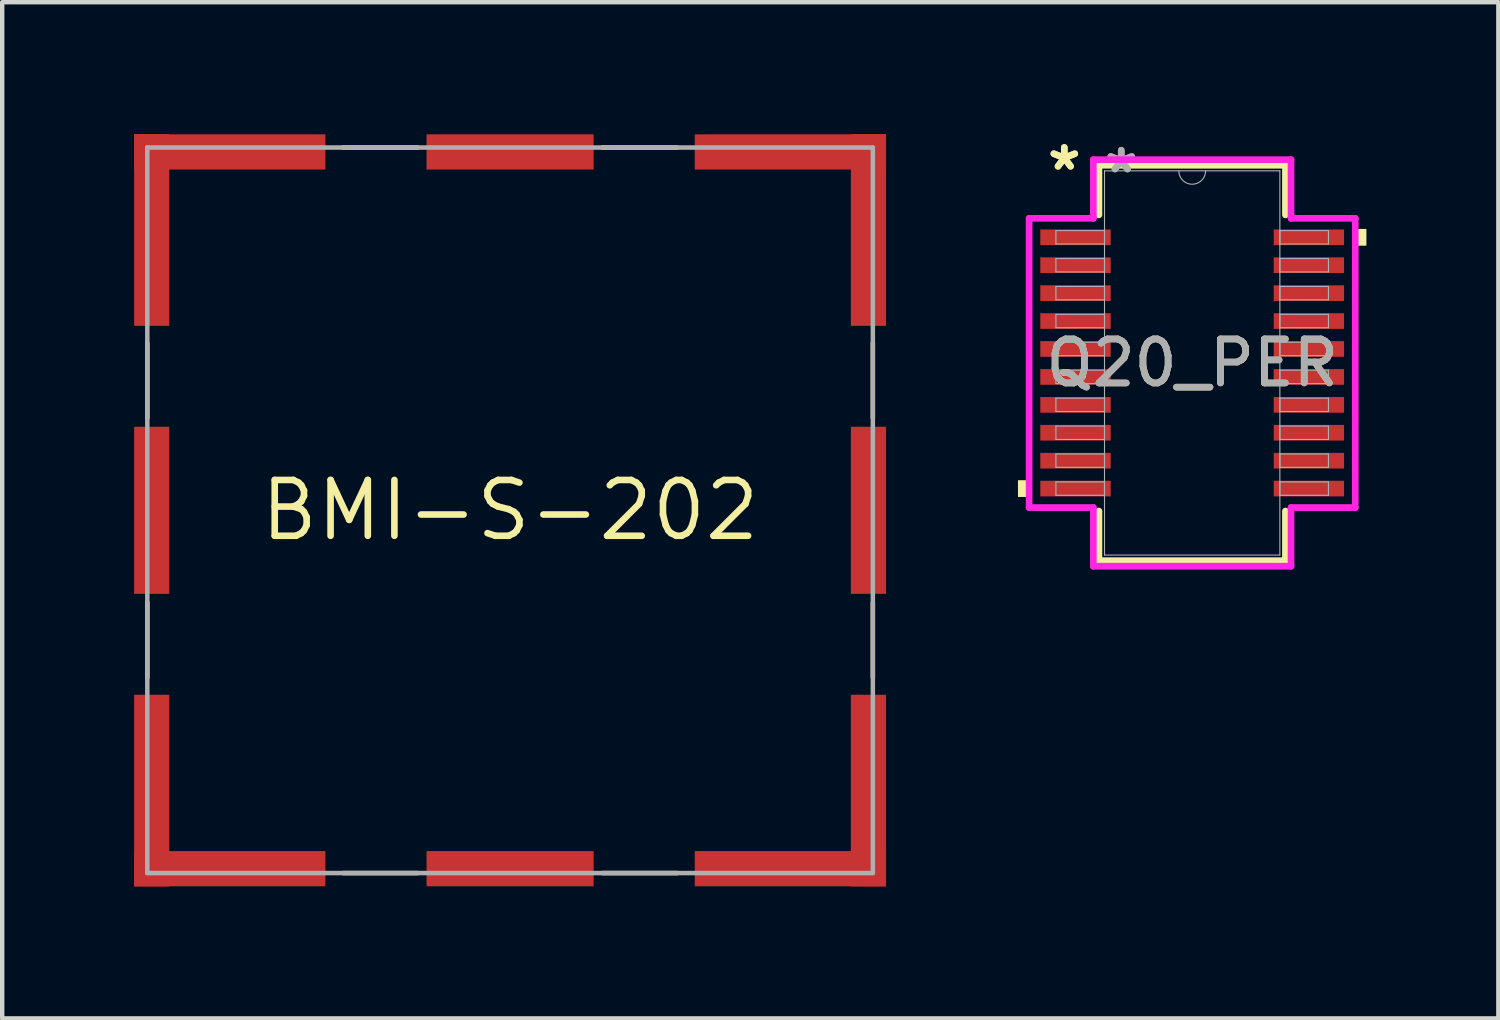
<source format=kicad_pcb>
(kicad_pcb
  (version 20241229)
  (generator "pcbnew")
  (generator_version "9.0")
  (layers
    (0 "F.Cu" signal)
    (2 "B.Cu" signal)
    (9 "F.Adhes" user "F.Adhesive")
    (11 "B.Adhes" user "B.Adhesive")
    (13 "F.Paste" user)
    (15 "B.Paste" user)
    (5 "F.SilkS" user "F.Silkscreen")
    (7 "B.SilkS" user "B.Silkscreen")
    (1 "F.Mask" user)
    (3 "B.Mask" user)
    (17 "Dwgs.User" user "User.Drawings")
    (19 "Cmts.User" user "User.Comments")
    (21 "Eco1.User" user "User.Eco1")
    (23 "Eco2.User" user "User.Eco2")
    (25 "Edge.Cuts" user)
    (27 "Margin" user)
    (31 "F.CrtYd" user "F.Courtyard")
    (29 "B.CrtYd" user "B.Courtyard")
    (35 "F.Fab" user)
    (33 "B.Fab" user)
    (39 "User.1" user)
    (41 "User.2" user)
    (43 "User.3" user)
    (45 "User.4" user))
  (footprint "Q20_PER"
    (layer "F.Cu")
    (at 24.062 5.204)
    (property "Reference" "Q20_PER" (at 0 0 0) (unlocked yes) (layer "F.SilkS") (effects (font (size 1 1) (thickness 0.15))))
    (attr smd)
    (fp_line (start -2.121 -4.496) (end -2.121 -3.368) (stroke (width 0.152) (type solid)) (layer "F.SilkS"))
    (fp_line (start -2.121 3.368) (end -2.121 4.496) (stroke (width 0.152) (type solid)) (layer "F.SilkS"))
    (fp_line (start -2.121 4.496) (end 2.121 4.496) (stroke (width 0.152) (type solid)) (layer "F.SilkS"))
    (fp_line (start 2.121 -4.496) (end -2.121 -4.496) (stroke (width 0.152) (type solid)) (layer "F.SilkS"))
    (fp_line (start 2.121 -3.368) (end 2.121 -4.496) (stroke (width 0.152) (type solid)) (layer "F.SilkS"))
    (fp_line (start 2.121 4.496) (end 2.121 3.368) (stroke (width 0.152) (type solid)) (layer "F.SilkS"))
    (fp_poly (pts (xy -3.962 2.667) (xy -3.962 3.048) (xy -3.708 3.048) (xy -3.708 2.667)) (stroke (width 0) (type solid)) (fill yes) (layer "F.SilkS"))
    (fp_poly (pts (xy 3.962 -3.048) (xy 3.962 -2.667) (xy 3.708 -2.667) (xy 3.708 -3.048)) (stroke (width 0) (type solid)) (fill yes) (layer "F.SilkS"))
    (fp_line (start -3.708 -3.289) (end -2.248 -3.289) (stroke (width 0.152) (type solid)) (layer "F.CrtYd"))
    (fp_line (start -3.708 3.289) (end -3.708 -3.289) (stroke (width 0.152) (type solid)) (layer "F.CrtYd"))
    (fp_line (start -3.708 3.289) (end -2.248 3.289) (stroke (width 0.152) (type solid)) (layer "F.CrtYd"))
    (fp_line (start -2.248 -4.623) (end 2.248 -4.623) (stroke (width 0.152) (type solid)) (layer "F.CrtYd"))
    (fp_line (start -2.248 -3.289) (end -2.248 -4.623) (stroke (width 0.152) (type solid)) (layer "F.CrtYd"))
    (fp_line (start -2.248 4.623) (end -2.248 3.289) (stroke (width 0.152) (type solid)) (layer "F.CrtYd"))
    (fp_line (start 2.248 -4.623) (end 2.248 -3.289) (stroke (width 0.152) (type solid)) (layer "F.CrtYd"))
    (fp_line (start 2.248 3.289) (end 2.248 4.623) (stroke (width 0.152) (type solid)) (layer "F.CrtYd"))
    (fp_line (start 2.248 4.623) (end -2.248 4.623) (stroke (width 0.152) (type solid)) (layer "F.CrtYd"))
    (fp_line (start 3.708 -3.289) (end 2.248 -3.289) (stroke (width 0.152) (type solid)) (layer "F.CrtYd"))
    (fp_line (start 3.708 -3.289) (end 3.708 3.289) (stroke (width 0.152) (type solid)) (layer "F.CrtYd"))
    (fp_line (start 3.708 3.289) (end 2.248 3.289) (stroke (width 0.152) (type solid)) (layer "F.CrtYd"))
    (fp_line (start -3.099 -3.01) (end -3.099 -2.705) (stroke (width 0.025) (type solid)) (layer "F.Fab"))
    (fp_line (start -3.099 -2.705) (end -1.994 -2.705) (stroke (width 0.025) (type solid)) (layer "F.Fab"))
    (fp_line (start -3.099 -2.375) (end -3.099 -2.07) (stroke (width 0.025) (type solid)) (layer "F.Fab"))
    (fp_line (start -3.099 -2.07) (end -1.994 -2.07) (stroke (width 0.025) (type solid)) (layer "F.Fab"))
    (fp_line (start -3.099 -1.74) (end -3.099 -1.435) (stroke (width 0.025) (type solid)) (layer "F.Fab"))
    (fp_line (start -3.099 -1.435) (end -1.994 -1.435) (stroke (width 0.025) (type solid)) (layer "F.Fab"))
    (fp_line (start -3.099 -1.105) (end -3.099 -0.8) (stroke (width 0.025) (type solid)) (layer "F.Fab"))
    (fp_line (start -3.099 -0.8) (end -1.994 -0.8) (stroke (width 0.025) (type solid)) (layer "F.Fab"))
    (fp_line (start -3.099 -0.47) (end -3.099 -0.165) (stroke (width 0.025) (type solid)) (layer "F.Fab"))
    (fp_line (start -3.099 -0.165) (end -1.994 -0.165) (stroke (width 0.025) (type solid)) (layer "F.Fab"))
    (fp_line (start -3.099 0.165) (end -3.099 0.47) (stroke (width 0.025) (type solid)) (layer "F.Fab"))
    (fp_line (start -3.099 0.47) (end -1.994 0.47) (stroke (width 0.025) (type solid)) (layer "F.Fab"))
    (fp_line (start -3.099 0.8) (end -3.099 1.105) (stroke (width 0.025) (type solid)) (layer "F.Fab"))
    (fp_line (start -3.099 1.105) (end -1.994 1.105) (stroke (width 0.025) (type solid)) (layer "F.Fab"))
    (fp_line (start -3.099 1.435) (end -3.099 1.74) (stroke (width 0.025) (type solid)) (layer "F.Fab"))
    (fp_line (start -3.099 1.74) (end -1.994 1.74) (stroke (width 0.025) (type solid)) (layer "F.Fab"))
    (fp_line (start -3.099 2.07) (end -3.099 2.375) (stroke (width 0.025) (type solid)) (layer "F.Fab"))
    (fp_line (start -3.099 2.375) (end -1.994 2.375) (stroke (width 0.025) (type solid)) (layer "F.Fab"))
    (fp_line (start -3.099 2.705) (end -3.099 3.01) (stroke (width 0.025) (type solid)) (layer "F.Fab"))
    (fp_line (start -3.099 3.01) (end -1.994 3.01) (stroke (width 0.025) (type solid)) (layer "F.Fab"))
    (fp_line (start -1.994 -4.369) (end -1.994 4.369) (stroke (width 0.025) (type solid)) (layer "F.Fab"))
    (fp_line (start -1.994 -3.01) (end -3.099 -3.01) (stroke (width 0.025) (type solid)) (layer "F.Fab"))
    (fp_line (start -1.994 -2.705) (end -1.994 -3.01) (stroke (width 0.025) (type solid)) (layer "F.Fab"))
    (fp_line (start -1.994 -2.375) (end -3.099 -2.375) (stroke (width 0.025) (type solid)) (layer "F.Fab"))
    (fp_line (start -1.994 -2.07) (end -1.994 -2.375) (stroke (width 0.025) (type solid)) (layer "F.Fab"))
    (fp_line (start -1.994 -1.74) (end -3.099 -1.74) (stroke (width 0.025) (type solid)) (layer "F.Fab"))
    (fp_line (start -1.994 -1.435) (end -1.994 -1.74) (stroke (width 0.025) (type solid)) (layer "F.Fab"))
    (fp_line (start -1.994 -1.105) (end -3.099 -1.105) (stroke (width 0.025) (type solid)) (layer "F.Fab"))
    (fp_line (start -1.994 -0.8) (end -1.994 -1.105) (stroke (width 0.025) (type solid)) (layer "F.Fab"))
    (fp_line (start -1.994 -0.47) (end -3.099 -0.47) (stroke (width 0.025) (type solid)) (layer "F.Fab"))
    (fp_line (start -1.994 -0.165) (end -1.994 -0.47) (stroke (width 0.025) (type solid)) (layer "F.Fab"))
    (fp_line (start -1.994 0.165) (end -3.099 0.165) (stroke (width 0.025) (type solid)) (layer "F.Fab"))
    (fp_line (start -1.994 0.47) (end -1.994 0.165) (stroke (width 0.025) (type solid)) (layer "F.Fab"))
    (fp_line (start -1.994 0.8) (end -3.099 0.8) (stroke (width 0.025) (type solid)) (layer "F.Fab"))
    (fp_line (start -1.994 1.105) (end -1.994 0.8) (stroke (width 0.025) (type solid)) (layer "F.Fab"))
    (fp_line (start -1.994 1.435) (end -3.099 1.435) (stroke (width 0.025) (type solid)) (layer "F.Fab"))
    (fp_line (start -1.994 1.74) (end -1.994 1.435) (stroke (width 0.025) (type solid)) (layer "F.Fab"))
    (fp_line (start -1.994 2.07) (end -3.099 2.07) (stroke (width 0.025) (type solid)) (layer "F.Fab"))
    (fp_line (start -1.994 2.375) (end -1.994 2.07) (stroke (width 0.025) (type solid)) (layer "F.Fab"))
    (fp_line (start -1.994 2.705) (end -3.099 2.705) (stroke (width 0.025) (type solid)) (layer "F.Fab"))
    (fp_line (start -1.994 3.01) (end -1.994 2.705) (stroke (width 0.025) (type solid)) (layer "F.Fab"))
    (fp_line (start -1.994 4.369) (end 1.994 4.369) (stroke (width 0.025) (type solid)) (layer "F.Fab"))
    (fp_line (start 1.994 -4.369) (end -1.994 -4.369) (stroke (width 0.025) (type solid)) (layer "F.Fab"))
    (fp_line (start 1.994 -3.01) (end 1.994 -2.705) (stroke (width 0.025) (type solid)) (layer "F.Fab"))
    (fp_line (start 1.994 -2.705) (end 3.099 -2.705) (stroke (width 0.025) (type solid)) (layer "F.Fab"))
    (fp_line (start 1.994 -2.375) (end 1.994 -2.07) (stroke (width 0.025) (type solid)) (layer "F.Fab"))
    (fp_line (start 1.994 -2.07) (end 3.099 -2.07) (stroke (width 0.025) (type solid)) (layer "F.Fab"))
    (fp_line (start 1.994 -1.74) (end 1.994 -1.435) (stroke (width 0.025) (type solid)) (layer "F.Fab"))
    (fp_line (start 1.994 -1.435) (end 3.099 -1.435) (stroke (width 0.025) (type solid)) (layer "F.Fab"))
    (fp_line (start 1.994 -1.105) (end 1.994 -0.8) (stroke (width 0.025) (type solid)) (layer "F.Fab"))
    (fp_line (start 1.994 -0.8) (end 3.099 -0.8) (stroke (width 0.025) (type solid)) (layer "F.Fab"))
    (fp_line (start 1.994 -0.47) (end 1.994 -0.165) (stroke (width 0.025) (type solid)) (layer "F.Fab"))
    (fp_line (start 1.994 -0.165) (end 3.099 -0.165) (stroke (width 0.025) (type solid)) (layer "F.Fab"))
    (fp_line (start 1.994 0.165) (end 1.994 0.47) (stroke (width 0.025) (type solid)) (layer "F.Fab"))
    (fp_line (start 1.994 0.47) (end 3.099 0.47) (stroke (width 0.025) (type solid)) (layer "F.Fab"))
    (fp_line (start 1.994 0.8) (end 1.994 1.105) (stroke (width 0.025) (type solid)) (layer "F.Fab"))
    (fp_line (start 1.994 1.105) (end 3.099 1.105) (stroke (width 0.025) (type solid)) (layer "F.Fab"))
    (fp_line (start 1.994 1.435) (end 1.994 1.74) (stroke (width 0.025) (type solid)) (layer "F.Fab"))
    (fp_line (start 1.994 1.74) (end 3.099 1.74) (stroke (width 0.025) (type solid)) (layer "F.Fab"))
    (fp_line (start 1.994 2.07) (end 1.994 2.375) (stroke (width 0.025) (type solid)) (layer "F.Fab"))
    (fp_line (start 1.994 2.375) (end 3.099 2.375) (stroke (width 0.025) (type solid)) (layer "F.Fab"))
    (fp_line (start 1.994 2.705) (end 1.994 3.01) (stroke (width 0.025) (type solid)) (layer "F.Fab"))
    (fp_line (start 1.994 3.01) (end 3.099 3.01) (stroke (width 0.025) (type solid)) (layer "F.Fab"))
    (fp_line (start 1.994 4.369) (end 1.994 -4.369) (stroke (width 0.025) (type solid)) (layer "F.Fab"))
    (fp_line (start 3.099 -3.01) (end 1.994 -3.01) (stroke (width 0.025) (type solid)) (layer "F.Fab"))
    (fp_line (start 3.099 -2.705) (end 3.099 -3.01) (stroke (width 0.025) (type solid)) (layer "F.Fab"))
    (fp_line (start 3.099 -2.375) (end 1.994 -2.375) (stroke (width 0.025) (type solid)) (layer "F.Fab"))
    (fp_line (start 3.099 -2.07) (end 3.099 -2.375) (stroke (width 0.025) (type solid)) (layer "F.Fab"))
    (fp_line (start 3.099 -1.74) (end 1.994 -1.74) (stroke (width 0.025) (type solid)) (layer "F.Fab"))
    (fp_line (start 3.099 -1.435) (end 3.099 -1.74) (stroke (width 0.025) (type solid)) (layer "F.Fab"))
    (fp_line (start 3.099 -1.105) (end 1.994 -1.105) (stroke (width 0.025) (type solid)) (layer "F.Fab"))
    (fp_line (start 3.099 -0.8) (end 3.099 -1.105) (stroke (width 0.025) (type solid)) (layer "F.Fab"))
    (fp_line (start 3.099 -0.47) (end 1.994 -0.47) (stroke (width 0.025) (type solid)) (layer "F.Fab"))
    (fp_line (start 3.099 -0.165) (end 3.099 -0.47) (stroke (width 0.025) (type solid)) (layer "F.Fab"))
    (fp_line (start 3.099 0.165) (end 1.994 0.165) (stroke (width 0.025) (type solid)) (layer "F.Fab"))
    (fp_line (start 3.099 0.47) (end 3.099 0.165) (stroke (width 0.025) (type solid)) (layer "F.Fab"))
    (fp_line (start 3.099 0.8) (end 1.994 0.8) (stroke (width 0.025) (type solid)) (layer "F.Fab"))
    (fp_line (start 3.099 1.105) (end 3.099 0.8) (stroke (width 0.025) (type solid)) (layer "F.Fab"))
    (fp_line (start 3.099 1.435) (end 1.994 1.435) (stroke (width 0.025) (type solid)) (layer "F.Fab"))
    (fp_line (start 3.099 1.74) (end 3.099 1.435) (stroke (width 0.025) (type solid)) (layer "F.Fab"))
    (fp_line (start 3.099 2.07) (end 1.994 2.07) (stroke (width 0.025) (type solid)) (layer "F.Fab"))
    (fp_line (start 3.099 2.375) (end 3.099 2.07) (stroke (width 0.025) (type solid)) (layer "F.Fab"))
    (fp_line (start 3.099 2.705) (end 1.994 2.705) (stroke (width 0.025) (type solid)) (layer "F.Fab"))
    (fp_line (start 3.099 3.01) (end 3.099 2.705) (stroke (width 0.025) (type solid)) (layer "F.Fab"))
    (fp_arc (start 0.3048 -4.3688) (mid 0 -4.064) (end -0.3048 -4.3688) (stroke (width 0.0254) (type solid)) (layer "F.Fab"))
    (fp_text user "*" (at -2.908 -4.356 0) (layer "F.SilkS") (effects (font (size 1 1) (thickness 0.15))))
    (fp_text user "*" (at -2.908 -4.356 0) (unlocked yes) (layer "F.SilkS") (effects (font (size 1 1) (thickness 0.15))))
    (fp_text user "*" (at -1.613 -4.293 0) (layer "F.Fab") (effects (font (size 1 1) (thickness 0.15))))
    (fp_text user "${REFERENCE}" (at 0 0 0) (unlocked yes) (layer "F.Fab") (effects (font (size 1 1) (thickness 0.15))))
    (fp_text user "*" (at -1.613 -4.293 0) (unlocked yes) (layer "F.Fab") (effects (font (size 1 1) (thickness 0.15))))
    (pad "1" smd rect (at -2.654 -2.857) (size 1.6 0.356) (layers "F.Cu" "F.Mask" "F.Paste"))
    (pad "2" smd rect (at -2.654 -2.223) (size 1.6 0.356) (layers "F.Cu" "F.Mask" "F.Paste"))
    (pad "3" smd rect (at -2.654 -1.587) (size 1.6 0.356) (layers "F.Cu" "F.Mask" "F.Paste"))
    (pad "4" smd rect (at -2.654 -0.953) (size 1.6 0.356) (layers "F.Cu" "F.Mask" "F.Paste"))
    (pad "5" smd rect (at -2.654 -0.318) (size 1.6 0.356) (layers "F.Cu" "F.Mask" "F.Paste"))
    (pad "6" smd rect (at -2.654 0.318) (size 1.6 0.356) (layers "F.Cu" "F.Mask" "F.Paste"))
    (pad "7" smd rect (at -2.654 0.953) (size 1.6 0.356) (layers "F.Cu" "F.Mask" "F.Paste"))
    (pad "8" smd rect (at -2.654 1.587) (size 1.6 0.356) (layers "F.Cu" "F.Mask" "F.Paste"))
    (pad "9" smd rect (at -2.654 2.223) (size 1.6 0.356) (layers "F.Cu" "F.Mask" "F.Paste"))
    (pad "10" smd rect (at -2.654 2.857) (size 1.6 0.356) (layers "F.Cu" "F.Mask" "F.Paste"))
    (pad "11" smd rect (at 2.654 2.857) (size 1.6 0.356) (layers "F.Cu" "F.Mask" "F.Paste"))
    (pad "12" smd rect (at 2.654 2.223) (size 1.6 0.356) (layers "F.Cu" "F.Mask" "F.Paste"))
    (pad "13" smd rect (at 2.654 1.587) (size 1.6 0.356) (layers "F.Cu" "F.Mask" "F.Paste"))
    (pad "14" smd rect (at 2.654 0.953) (size 1.6 0.356) (layers "F.Cu" "F.Mask" "F.Paste"))
    (pad "15" smd rect (at 2.654 0.318) (size 1.6 0.356) (layers "F.Cu" "F.Mask" "F.Paste"))
    (pad "16" smd rect (at 2.654 -0.318) (size 1.6 0.356) (layers "F.Cu" "F.Mask" "F.Paste"))
    (pad "17" smd rect (at 2.654 -0.953) (size 1.6 0.356) (layers "F.Cu" "F.Mask" "F.Paste"))
    (pad "18" smd rect (at 2.654 -1.587) (size 1.6 0.356) (layers "F.Cu" "F.Mask" "F.Paste"))
    (pad "19" smd rect (at 2.654 -2.223) (size 1.6 0.356) (layers "F.Cu" "F.Mask" "F.Paste"))
    (pad "20" smd rect (at 2.654 -2.857) (size 1.6 0.356) (layers "F.Cu" "F.Mask" "F.Paste")))
  (footprint "BMI-S-202"
    (layer "F.Cu")
    (at 8.55 8.555)
    (property "Reference" "BMI-S-202" (at 0 0 0) (layer "F.SilkS") (effects (font (size 1.27 1.27) (thickness 0.15))))
    (fp_line (start -8.25 -2.1) (end -8.25 -3.8) (stroke (width 0.102) (type solid)) (layer "F.SilkS"))
    (fp_line (start -8.25 3.8) (end -8.25 2.1) (stroke (width 0.102) (type solid)) (layer "F.SilkS"))
    (fp_line (start -3.8 -8.25) (end -2.1 -8.25) (stroke (width 0.102) (type solid)) (layer "F.SilkS"))
    (fp_line (start -3.8 8.25) (end -2.1 8.25) (stroke (width 0.102) (type solid)) (layer "F.SilkS"))
    (fp_line (start 2.1 -8.25) (end 3.8 -8.25) (stroke (width 0.102) (type solid)) (layer "F.SilkS"))
    (fp_line (start 2.1 8.25) (end 3.8 8.25) (stroke (width 0.102) (type solid)) (layer "F.SilkS"))
    (fp_line (start 8.25 -2.1) (end 8.25 -3.8) (stroke (width 0.102) (type solid)) (layer "F.SilkS"))
    (fp_line (start 8.25 3.8) (end 8.25 2.1) (stroke (width 0.102) (type solid)) (layer "F.SilkS"))
    (fp_line (start -8.25 -8.25) (end -8.25 8.25) (stroke (width 0.102) (type solid)) (layer "F.Fab"))
    (fp_line (start -8.25 8.25) (end 8.25 8.25) (stroke (width 0.102) (type solid)) (layer "F.Fab"))
    (fp_line (start 8.25 -8.25) (end -8.25 -8.25) (stroke (width 0.102) (type solid)) (layer "F.Fab"))
    (fp_line (start 8.25 8.25) (end 8.25 -8.25) (stroke (width 0.102) (type solid)) (layer "F.Fab"))
    (pad "P1" smd rect (at -6.375 8.15 180) (size 4.35 0.8) (layers "F.Cu" "F.Mask"))
    (pad "P2" smd rect (at 0 8.15) (size 3.8 0.8) (layers "F.Cu" "F.Mask"))
    (pad "P3" smd rect (at 6.375 8.15 180) (size 4.35 0.8) (layers "F.Cu" "F.Mask"))
    (pad "P4" smd rect (at 8.15 6.375 90) (size 4.36 0.8) (layers "F.Cu" "F.Mask"))
    (pad "P5" smd rect (at 8.15 0 90) (size 3.8 0.8) (layers "F.Cu" "F.Mask"))
    (pad "P6" smd rect (at 8.15 -6.375 90) (size 4.36 0.8) (layers "F.Cu" "F.Mask"))
    (pad "P7" smd rect (at 6.375 -8.15 180) (size 4.35 0.8) (layers "F.Cu" "F.Mask"))
    (pad "P8" smd rect (at 0 -8.15) (size 3.8 0.8) (layers "F.Cu" "F.Mask"))
    (pad "P9" smd rect (at -6.375 -8.15 180) (size 4.35 0.8) (layers "F.Cu" "F.Mask"))
    (pad "P10" smd rect (at -8.15 -6.375 90) (size 4.36 0.8) (layers "F.Cu" "F.Mask"))
    (pad "P11" smd rect (at -8.15 0 90) (size 3.8 0.8) (layers "F.Cu" "F.Mask"))
    (pad "P12" smd rect (at -8.15 6.375 90) (size 4.36 0.8) (layers "F.Cu" "F.Mask")))
  (gr_rect
    (start -3 -3)
    (end 31.025 20.11)
    (stroke (width 0.1) (type default))
    (fill no)
    (layer "Edge.Cuts")))
</source>
